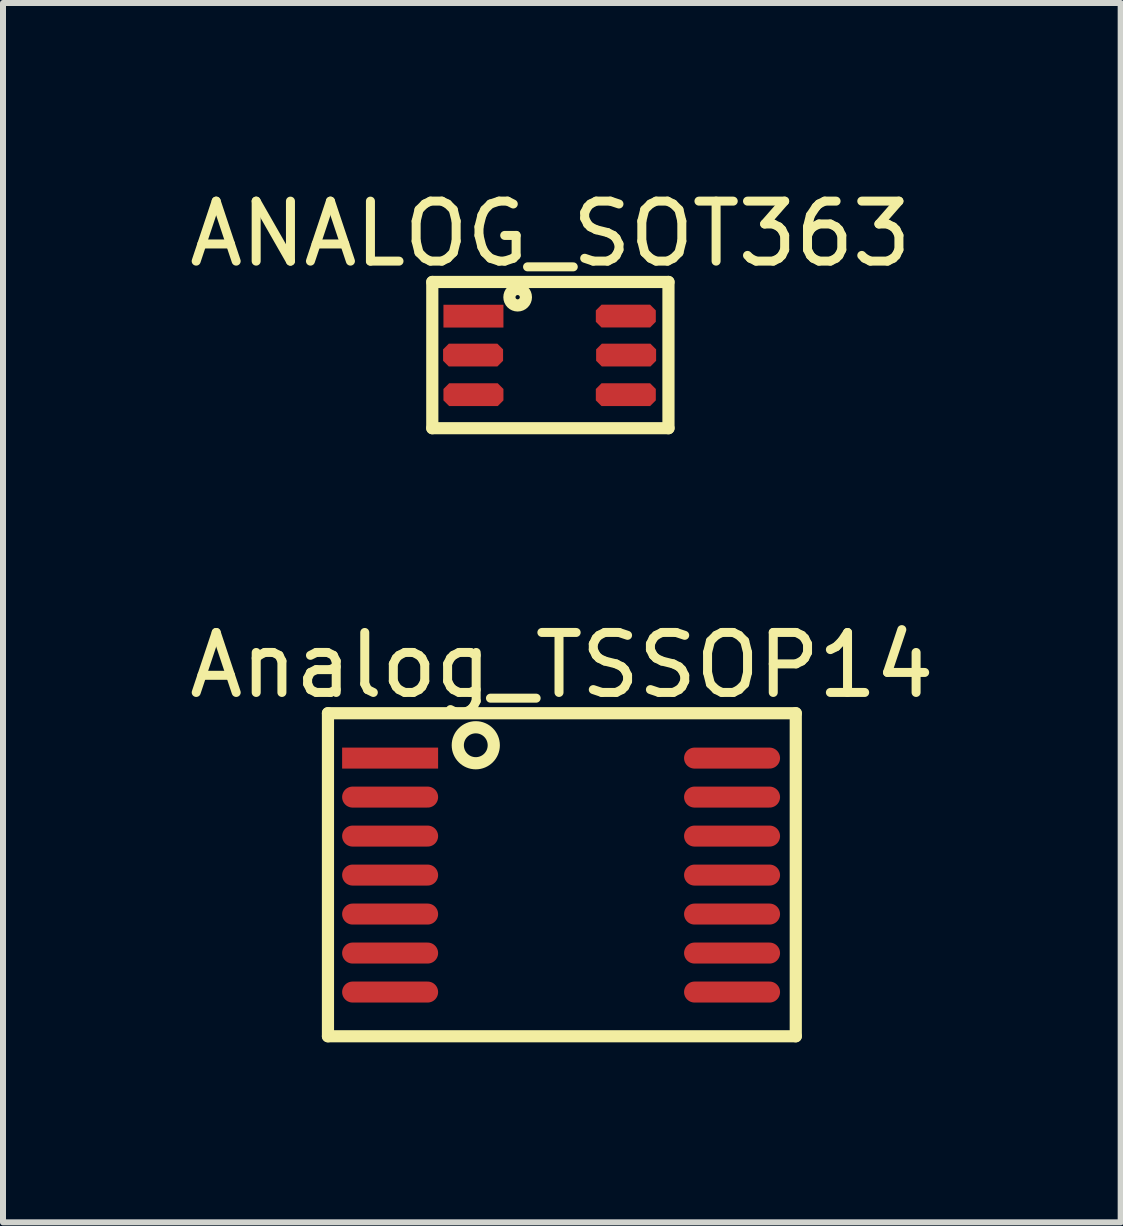
<source format=kicad_pcb>
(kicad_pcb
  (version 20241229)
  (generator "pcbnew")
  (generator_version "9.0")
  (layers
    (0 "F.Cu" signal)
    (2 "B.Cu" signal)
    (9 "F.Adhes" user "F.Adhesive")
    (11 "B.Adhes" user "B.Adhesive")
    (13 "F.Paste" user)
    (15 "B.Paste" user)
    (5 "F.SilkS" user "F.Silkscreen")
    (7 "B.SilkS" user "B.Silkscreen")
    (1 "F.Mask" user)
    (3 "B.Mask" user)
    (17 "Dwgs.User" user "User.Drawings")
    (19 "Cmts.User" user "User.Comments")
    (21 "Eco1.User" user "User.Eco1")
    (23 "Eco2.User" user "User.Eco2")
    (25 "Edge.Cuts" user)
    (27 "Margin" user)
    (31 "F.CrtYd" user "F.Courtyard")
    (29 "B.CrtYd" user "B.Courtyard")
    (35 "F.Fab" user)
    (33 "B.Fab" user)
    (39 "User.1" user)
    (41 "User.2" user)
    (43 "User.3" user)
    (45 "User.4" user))
  (footprint "Analog_TSSOP14"
    (layer "F.Cu")
    (at 6.303 11.862)
    (property "Reference" "Analog_TSSOP14" (at 0.013 -3.824 0) (layer "F.SilkS") (effects (font (size 1 1) (thickness 0.15))))
    (fp_line (start -3.886 -3.023) (end 3.912 -3.023) (stroke (width 0.203) (type solid)) (layer "F.SilkS"))
    (fp_line (start -3.886 2.362) (end -3.886 -3.023) (stroke (width 0.203) (type solid)) (layer "F.SilkS"))
    (fp_line (start -3.886 2.362) (end 3.912 2.362) (stroke (width 0.203) (type solid)) (layer "F.SilkS"))
    (fp_line (start 3.912 2.362) (end 3.912 -3.023) (stroke (width 0.203) (type solid)) (layer "F.SilkS"))
    (fp_circle (center -1.422 -2.489) (end -1.422 -2.789) (stroke (width 0.203) (type solid)) (fill no) (layer "F.SilkS"))
    (pad "1" smd rect (at -2.85 -2.275 90) (size 0.35 1.6) (layers "F.Cu" "F.Mask" "F.Paste"))
    (pad "2" smd oval (at -2.85 -1.625 90) (size 0.35 1.6) (layers "F.Cu" "F.Mask" "F.Paste"))
    (pad "3" smd oval (at -2.85 -0.975 90) (size 0.35 1.6) (layers "F.Cu" "F.Mask" "F.Paste"))
    (pad "4" smd oval (at -2.85 -0.325 90) (size 0.35 1.6) (layers "F.Cu" "F.Mask" "F.Paste"))
    (pad "5" smd oval (at -2.85 0.325 90) (size 0.35 1.6) (layers "F.Cu" "F.Mask" "F.Paste"))
    (pad "6" smd oval (at -2.85 0.975 90) (size 0.35 1.6) (layers "F.Cu" "F.Mask" "F.Paste"))
    (pad "7" smd oval (at -2.85 1.625 90) (size 0.35 1.6) (layers "F.Cu" "F.Mask" "F.Paste"))
    (pad "8" smd oval (at 2.85 1.625 90) (size 0.35 1.6) (layers "F.Cu" "F.Mask" "F.Paste"))
    (pad "9" smd oval (at 2.85 0.975 90) (size 0.35 1.6) (layers "F.Cu" "F.Mask" "F.Paste"))
    (pad "10" smd oval (at 2.85 0.325 90) (size 0.35 1.6) (layers "F.Cu" "F.Mask" "F.Paste"))
    (pad "11" smd oval (at 2.85 -0.325 90) (size 0.35 1.6) (layers "F.Cu" "F.Mask" "F.Paste"))
    (pad "12" smd oval (at 2.85 -0.975 90) (size 0.35 1.6) (layers "F.Cu" "F.Mask" "F.Paste"))
    (pad "13" smd oval (at 2.85 -1.625 90) (size 0.35 1.6) (layers "F.Cu" "F.Mask" "F.Paste"))
    (pad "14" smd oval (at 2.85 -2.275 90) (size 0.35 1.6) (layers "F.Cu" "F.Mask" "F.Paste")))
  (footprint "ANALOG_SOT363"
    (layer "F.Cu")
    (at 6.112 2.869)
    (property "Reference" "ANALOG_SOT363" (at 0.013 -2.021 0) (layer "F.SilkS") (effects (font (size 1 1) (thickness 0.15))))
    (fp_line (start -1.956 -1.219) (end 1.981 -1.219) (stroke (width 0.203) (type solid)) (layer "F.SilkS"))
    (fp_line (start -1.956 1.219) (end -1.956 -1.219) (stroke (width 0.203) (type solid)) (layer "F.SilkS"))
    (fp_line (start -1.956 1.219) (end 1.981 1.219) (stroke (width 0.203) (type solid)) (layer "F.SilkS"))
    (fp_line (start 1.981 1.219) (end 1.981 -1.219) (stroke (width 0.203) (type solid)) (layer "F.SilkS"))
    (fp_circle (center -0.533 -0.965) (end -0.533 -1.001) (stroke (width 0.203) (type solid)) (fill no) (layer "F.SilkS"))
    (pad "1" smd rect (at -1.27 -0.649 90) (size 0.38 1) (layers "F.Cu" "F.Mask" "F.Paste"))
    (pad "2" smd roundrect (at -1.276 0 90) (size 0.38 1) (layers "F.Cu" "F.Mask" "F.Paste") (roundrect_rratio 0.25) (chamfer_ratio 0.25) (chamfer top_left top_right bottom_left bottom_right))
    (pad "3" smd roundrect (at -1.27 0.66 90) (size 0.38 1) (layers "F.Cu" "F.Mask" "F.Paste") (roundrect_rratio 0.25) (chamfer_ratio 0.25) (chamfer top_left top_right bottom_left bottom_right))
    (pad "4" smd roundrect (at 1.27 0.66 90) (size 0.38 1) (layers "F.Cu" "F.Mask" "F.Paste") (roundrect_rratio 0.25) (chamfer_ratio 0.25) (chamfer top_left top_right bottom_left bottom_right))
    (pad "5" smd roundrect (at 1.275 0 90) (size 0.38 1) (layers "F.Cu" "F.Mask" "F.Paste") (roundrect_rratio 0.25) (chamfer_ratio 0.25) (chamfer top_left top_right bottom_left bottom_right))
    (pad "6" smd roundrect (at 1.27 -0.65 90) (size 0.38 1) (layers "F.Cu" "F.Mask" "F.Paste") (roundrect_rratio 0.25) (chamfer_ratio 0.25) (chamfer top_left top_right bottom_left bottom_right)))
  (gr_rect
    (start -3 -3)
    (end 15.631 17.326)
    (stroke (width 0.1) (type default))
    (fill no)
    (layer "Edge.Cuts")))
</source>
